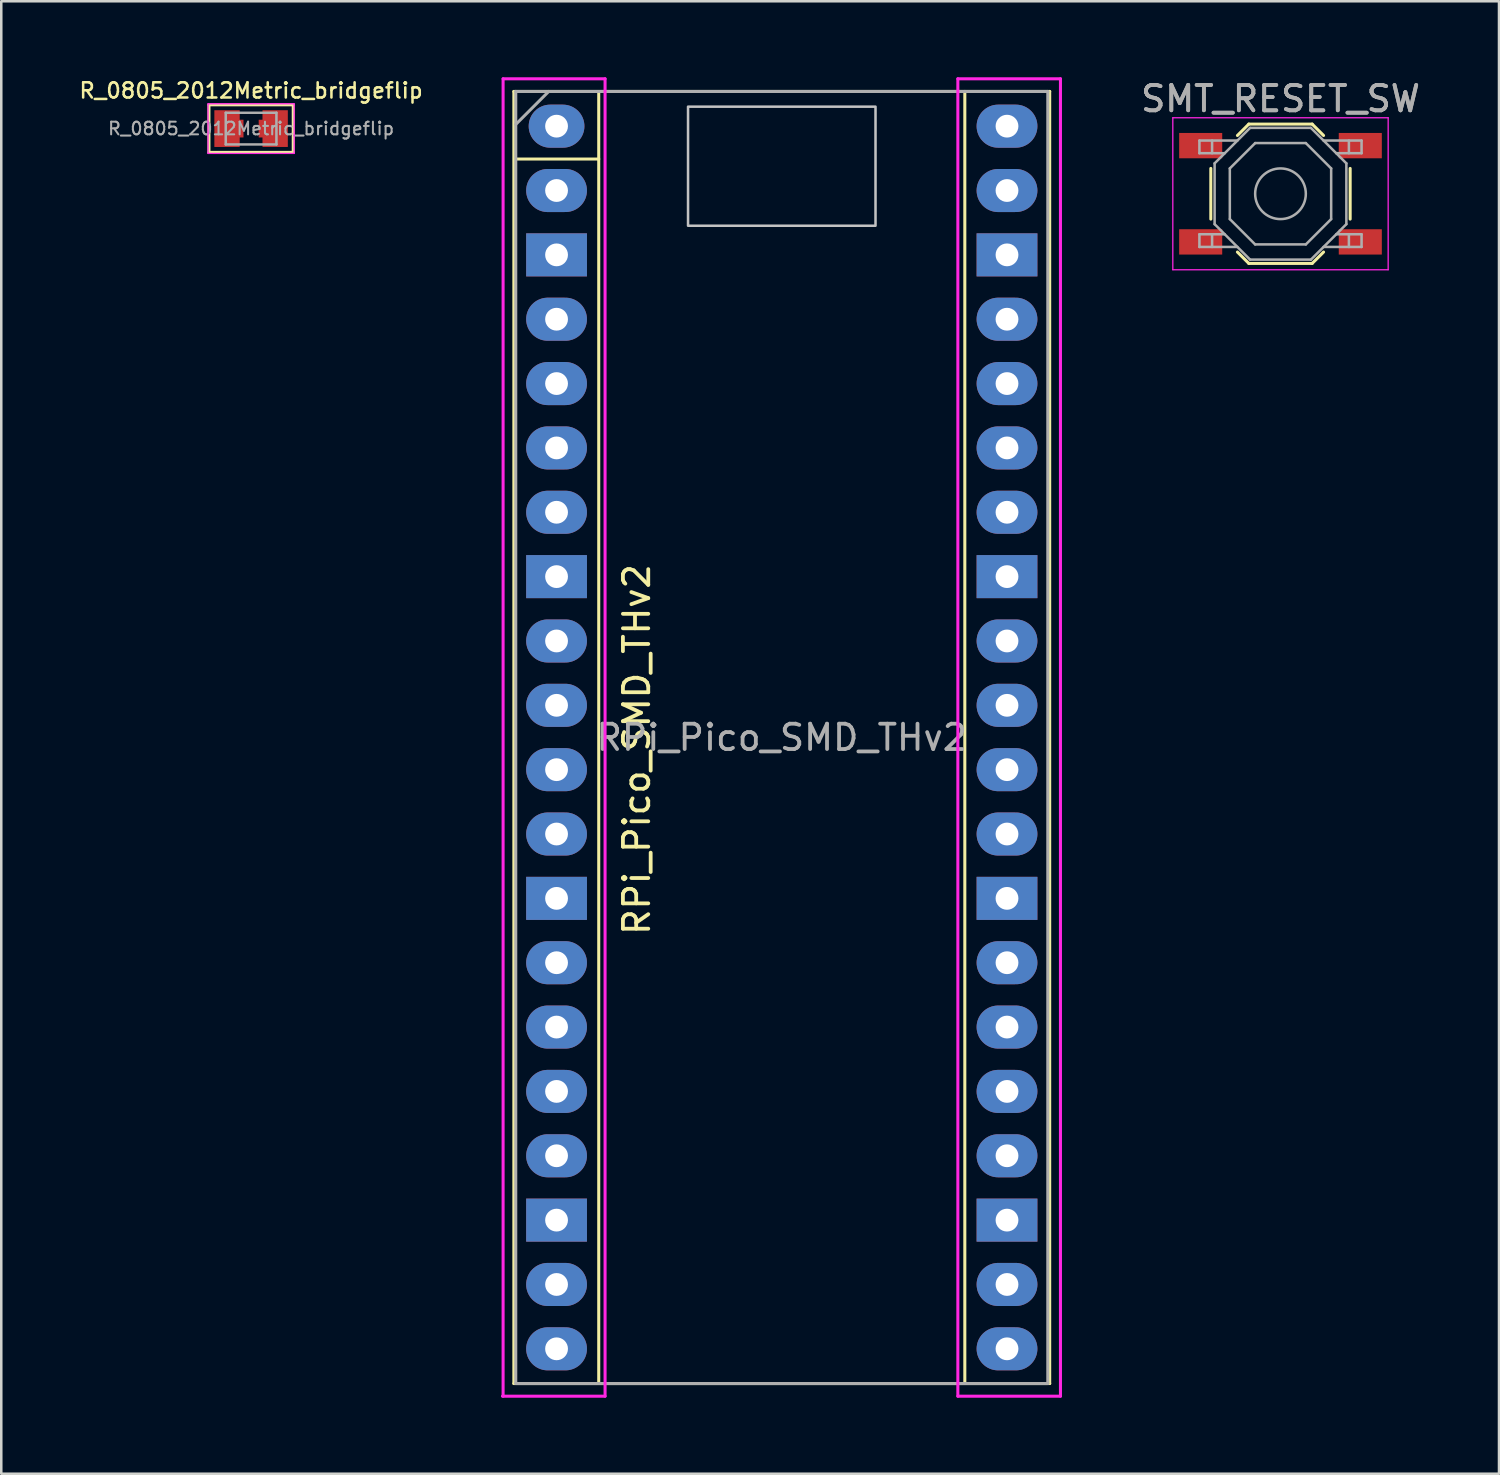
<source format=kicad_pcb>
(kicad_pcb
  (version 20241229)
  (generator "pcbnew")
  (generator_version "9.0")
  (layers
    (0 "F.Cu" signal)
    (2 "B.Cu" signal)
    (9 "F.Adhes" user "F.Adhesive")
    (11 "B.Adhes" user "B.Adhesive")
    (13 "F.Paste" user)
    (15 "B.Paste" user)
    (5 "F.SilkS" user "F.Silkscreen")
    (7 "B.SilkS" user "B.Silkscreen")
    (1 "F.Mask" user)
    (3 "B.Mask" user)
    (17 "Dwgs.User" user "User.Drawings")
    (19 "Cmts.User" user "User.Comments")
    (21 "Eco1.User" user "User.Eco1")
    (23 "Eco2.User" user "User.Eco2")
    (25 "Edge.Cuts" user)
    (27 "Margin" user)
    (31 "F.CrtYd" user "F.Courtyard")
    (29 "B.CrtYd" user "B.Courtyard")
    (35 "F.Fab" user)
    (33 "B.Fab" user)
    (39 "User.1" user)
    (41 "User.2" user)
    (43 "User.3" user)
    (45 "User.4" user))
  (footprint "RPi_Pico_SMD_THv2"
    (layer "F.Cu")
    (at 27.808 26.06)
    (property "Reference" "RPi_Pico_SMD_THv2" (at -5.725 0.475 90) (layer "F.SilkS") (effects (font (size 1 1) (thickness 0.15))))
    (attr through_hole)
    (fp_line (start -10.575 -25.5) (end -10.575 25.5) (stroke (width 0.12) (type solid)) (layer "F.SilkS"))
    (fp_line (start -10.5 -25.5) (end -10.575 -25.5) (stroke (width 0.12) (type solid)) (layer "F.SilkS"))
    (fp_line (start -10.5 -25.5) (end 10.575 -25.5) (stroke (width 0.12) (type solid)) (layer "F.SilkS"))
    (fp_line (start -10.5 -22.833) (end -7.225 -22.833) (stroke (width 0.12) (type solid)) (layer "F.SilkS"))
    (fp_line (start -7.225 25.475) (end -7.225 -25.475) (stroke (width 0.12) (type solid)) (layer "F.SilkS"))
    (fp_line (start 3.7 25.5) (end -10.575 25.5) (stroke (width 0.12) (type solid)) (layer "F.SilkS"))
    (fp_line (start 7.225 -25.5) (end 7.225 25.5) (stroke (width 0.12) (type solid)) (layer "F.SilkS"))
    (fp_line (start 10.575 25.5) (end 3.7 25.5) (stroke (width 0.12) (type solid)) (layer "F.SilkS"))
    (fp_line (start 10.575 25.5) (end 10.575 -25.5) (stroke (width 0.12) (type solid)) (layer "F.SilkS"))
    (fp_poly (pts (xy 3.7 -20.2) (xy -3.7 -20.2) (xy -3.7 -24.9) (xy 3.7 -24.9)) (stroke (width 0.1) (type solid)) (fill no) (layer "Dwgs.User"))
    (fp_line (start -11.025 26) (end -6.975 26) (stroke (width 0.12) (type solid)) (layer "F.CrtYd"))
    (fp_line (start -11 -26) (end -6.975 -26) (stroke (width 0.12) (type solid)) (layer "F.CrtYd"))
    (fp_line (start -11 26) (end -11 -26) (stroke (width 0.12) (type solid)) (layer "F.CrtYd"))
    (fp_line (start -6.975 -26) (end -6.975 26) (stroke (width 0.12) (type solid)) (layer "F.CrtYd"))
    (fp_line (start 6.95 -26) (end 6.95 26) (stroke (width 0.12) (type solid)) (layer "F.CrtYd"))
    (fp_line (start 6.95 -26) (end 11 -26) (stroke (width 0.12) (type solid)) (layer "F.CrtYd"))
    (fp_line (start 6.95 26) (end 11 26) (stroke (width 0.12) (type solid)) (layer "F.CrtYd"))
    (fp_line (start 11 -26) (end 11 26) (stroke (width 0.12) (type solid)) (layer "F.CrtYd"))
    (fp_line (start -10.5 -25.5) (end 10.5 -25.5) (stroke (width 0.12) (type solid)) (layer "F.Fab"))
    (fp_line (start -10.5 -24.2) (end -9.2 -25.5) (stroke (width 0.12) (type solid)) (layer "F.Fab"))
    (fp_line (start -10.5 25.5) (end -10.5 -25.5) (stroke (width 0.12) (type solid)) (layer "F.Fab"))
    (fp_line (start 10.5 -25.5) (end 10.5 25.5) (stroke (width 0.12) (type solid)) (layer "F.Fab"))
    (fp_line (start 10.5 25.5) (end -10.5 25.5) (stroke (width 0.12) (type solid)) (layer "F.Fab"))
    (fp_text user "${REFERENCE}" (at 0 0 180) (layer "F.Fab") (effects (font (size 1 1) (thickness 0.15))))
    (pad "1" thru_hole oval (at -8.89 -24.13) (size 2.2 1.7) (drill 0.9) (layers "*.Cu" "*.Mask"))
    (pad "2" thru_hole oval (at -8.89 -21.59) (size 2.4 1.7) (drill 0.9) (layers "*.Cu" "*.Mask"))
    (pad "3" thru_hole rect (at -8.89 -19.05) (size 2.4 1.7) (drill 0.9) (layers "*.Cu" "*.Mask"))
    (pad "4" thru_hole oval (at -8.89 -16.51) (size 2.4 1.7) (drill 0.9) (layers "*.Cu" "*.Mask"))
    (pad "5" thru_hole oval (at -8.89 -13.97) (size 2.4 1.7) (drill 0.9) (layers "*.Cu" "*.Mask"))
    (pad "6" thru_hole oval (at -8.89 -11.43) (size 2.4 1.7) (drill 0.9) (layers "*.Cu" "*.Mask"))
    (pad "7" thru_hole oval (at -8.89 -8.89) (size 2.4 1.7) (drill 0.9) (layers "*.Cu" "*.Mask"))
    (pad "8" thru_hole rect (at -8.89 -6.35) (size 2.4 1.7) (drill 0.9) (layers "*.Cu" "*.Mask"))
    (pad "9" thru_hole oval (at -8.89 -3.81) (size 2.4 1.7) (drill 0.9) (layers "*.Cu" "*.Mask"))
    (pad "10" thru_hole oval (at -8.89 -1.27) (size 2.4 1.7) (drill 0.9) (layers "*.Cu" "*.Mask"))
    (pad "11" thru_hole oval (at -8.89 1.27) (size 2.4 1.7) (drill 0.9) (layers "*.Cu" "*.Mask"))
    (pad "12" thru_hole oval (at -8.89 3.81) (size 2.4 1.7) (drill 0.9) (layers "*.Cu" "*.Mask"))
    (pad "13" thru_hole rect (at -8.89 6.35) (size 2.4 1.7) (drill 0.9) (layers "*.Cu" "*.Mask"))
    (pad "14" thru_hole oval (at -8.89 8.89) (size 2.4 1.7) (drill 0.9) (layers "*.Cu" "*.Mask"))
    (pad "15" thru_hole oval (at -8.89 11.43) (size 2.4 1.7) (drill 0.9) (layers "*.Cu" "*.Mask"))
    (pad "16" thru_hole oval (at -8.89 13.97) (size 2.4 1.7) (drill 0.9) (layers "*.Cu" "*.Mask"))
    (pad "17" thru_hole oval (at -8.89 16.51) (size 2.4 1.7) (drill 0.9) (layers "*.Cu" "*.Mask"))
    (pad "18" thru_hole rect (at -8.89 19.05) (size 2.4 1.7) (drill 0.9) (layers "*.Cu" "*.Mask"))
    (pad "19" thru_hole oval (at -8.89 21.59) (size 2.4 1.7) (drill 0.9) (layers "*.Cu" "*.Mask"))
    (pad "20" thru_hole oval (at -8.89 24.13) (size 2.4 1.7) (drill 0.9) (layers "*.Cu" "*.Mask"))
    (pad "21" thru_hole oval (at 8.89 24.13) (size 2.4 1.7) (drill 0.9) (layers "*.Cu" "*.Mask"))
    (pad "22" thru_hole oval (at 8.89 21.59) (size 2.4 1.7) (drill 0.9) (layers "*.Cu" "*.Mask"))
    (pad "23" thru_hole rect (at 8.89 19.05) (size 2.4 1.7) (drill 0.9) (layers "*.Cu" "*.Mask"))
    (pad "24" thru_hole oval (at 8.89 16.51) (size 2.4 1.7) (drill 0.9) (layers "*.Cu" "*.Mask"))
    (pad "25" thru_hole oval (at 8.89 13.97) (size 2.4 1.7) (drill 0.9) (layers "*.Cu" "*.Mask"))
    (pad "26" thru_hole oval (at 8.89 11.43) (size 2.4 1.7) (drill 0.9) (layers "*.Cu" "*.Mask"))
    (pad "27" thru_hole oval (at 8.89 8.89) (size 2.4 1.7) (drill 0.9) (layers "*.Cu" "*.Mask"))
    (pad "28" thru_hole rect (at 8.89 6.35) (size 2.4 1.7) (drill 0.9) (layers "*.Cu" "*.Mask"))
    (pad "29" thru_hole oval (at 8.89 3.81) (size 2.4 1.7) (drill 0.9) (layers "*.Cu" "*.Mask"))
    (pad "30" thru_hole oval (at 8.89 1.27) (size 2.4 1.7) (drill 0.9) (layers "*.Cu" "*.Mask"))
    (pad "31" thru_hole oval (at 8.89 -1.27) (size 2.4 1.7) (drill 0.9) (layers "*.Cu" "*.Mask"))
    (pad "32" thru_hole oval (at 8.89 -3.81) (size 2.4 1.7) (drill 0.9) (layers "*.Cu" "*.Mask"))
    (pad "33" thru_hole rect (at 8.89 -6.35) (size 2.4 1.7) (drill 0.9) (layers "*.Cu" "*.Mask"))
    (pad "34" thru_hole oval (at 8.89 -8.89) (size 2.4 1.7) (drill 0.9) (layers "*.Cu" "*.Mask"))
    (pad "35" thru_hole oval (at 8.89 -11.43) (size 2.4 1.7) (drill 0.9) (layers "*.Cu" "*.Mask"))
    (pad "36" thru_hole oval (at 8.89 -13.97) (size 2.4 1.7) (drill 0.9) (layers "*.Cu" "*.Mask"))
    (pad "37" thru_hole oval (at 8.89 -16.51) (size 2.4 1.7) (drill 0.9) (layers "*.Cu" "*.Mask"))
    (pad "38" thru_hole rect (at 8.89 -19.05) (size 2.4 1.7) (drill 0.9) (layers "*.Cu" "*.Mask"))
    (pad "39" thru_hole oval (at 8.89 -21.59 180) (size 2.4 1.7) (drill 0.9) (layers "*.Cu" "*.Mask"))
    (pad "40" thru_hole oval (at 8.89 -24.13) (size 2.4 1.7) (drill 0.9) (layers "*.Cu" "*.Mask")))
  (footprint "R_0805_2012Metric_bridgeflip"
    (layer "F.Cu")
    (at 6.861 2.026)
    (property "Reference" "R_0805_2012Metric_bridgeflip" (at 0 -1.5 0) (unlocked yes) (layer "F.SilkS") (effects (font (size 0.6 0.6) (thickness 0.1))))
    (attr smd)
    (fp_line (start -1.664 -0.94) (end 1.664 -0.94) (stroke (width 0.12) (type solid)) (layer "F.SilkS"))
    (fp_line (start -1.664 0.94) (end -1.664 -0.94) (stroke (width 0.12) (type solid)) (layer "F.SilkS"))
    (fp_line (start 1.664 -0.94) (end 1.664 0.94) (stroke (width 0.12) (type solid)) (layer "F.SilkS"))
    (fp_line (start 1.664 0.94) (end -1.664 0.94) (stroke (width 0.12) (type solid)) (layer "F.SilkS"))
    (fp_line (start -1.7 -0.98) (end 1.7 -0.98) (stroke (width 0.05) (type solid)) (layer "F.CrtYd"))
    (fp_line (start -1.7 0.98) (end -1.7 -0.98) (stroke (width 0.05) (type solid)) (layer "F.CrtYd"))
    (fp_line (start 1.7 -0.98) (end 1.7 0.98) (stroke (width 0.05) (type solid)) (layer "F.CrtYd"))
    (fp_line (start 1.7 0.98) (end -1.7 0.98) (stroke (width 0.05) (type solid)) (layer "F.CrtYd"))
    (fp_line (start -1 -0.625) (end 1 -0.625) (stroke (width 0.1) (type solid)) (layer "F.Fab"))
    (fp_line (start -1 0.625) (end -1 -0.625) (stroke (width 0.1) (type solid)) (layer "F.Fab"))
    (fp_line (start 1 -0.625) (end 1 0.625) (stroke (width 0.1) (type solid)) (layer "F.Fab"))
    (fp_line (start 1 0.625) (end -1 0.625) (stroke (width 0.1) (type solid)) (layer "F.Fab"))
    (fp_text user "${REFERENCE}" (at 0 0 0) (layer "F.Fab") (effects (font (size 0.5 0.5) (thickness 0.08))))
    (pad "1" smd rect (at -0.95 0) (size 1 1.45) (layers "F.Cu" "F.Mask" "F.Paste"))
    (pad "1" smd rect (at -0.8 0 180) (size 1 0.7) (layers "F.Cu" "F.Mask" "F.Paste"))
    (pad "2" smd rect (at 0.8 0) (size 1 0.7) (layers "F.Cu" "F.Mask" "F.Paste"))
    (pad "2" smd rect (at 0.95 0) (size 1 1.45) (layers "F.Cu" "F.Mask" "F.Paste")))
  (footprint "SMT_RESET_SW"
    (layer "F.Cu")
    (at 47.493 4.598)
    (property "Reference" "SMT_RESET_SW" (at 0 -3.75 0) (layer "F.Fab") (effects (font (size 1 1) (thickness 0.15))))
    (attr smd)
    (fp_line (start -2.75 -1) (end -2.75 1) (stroke (width 0.12) (type solid)) (layer "F.SilkS"))
    (fp_line (start -1.7 -2.3) (end -1.25 -2.75) (stroke (width 0.12) (type solid)) (layer "F.SilkS"))
    (fp_line (start -1.7 2.3) (end -1.25 2.75) (stroke (width 0.12) (type solid)) (layer "F.SilkS"))
    (fp_line (start -1.25 -2.75) (end 1.25 -2.75) (stroke (width 0.12) (type solid)) (layer "F.SilkS"))
    (fp_line (start -1.25 2.75) (end 1.25 2.75) (stroke (width 0.12) (type solid)) (layer "F.SilkS"))
    (fp_line (start 1.7 -2.3) (end 1.25 -2.75) (stroke (width 0.12) (type solid)) (layer "F.SilkS"))
    (fp_line (start 1.7 2.3) (end 1.25 2.75) (stroke (width 0.12) (type solid)) (layer "F.SilkS"))
    (fp_line (start 2.75 -1) (end 2.75 1) (stroke (width 0.12) (type solid)) (layer "F.SilkS"))
    (fp_line (start -4.25 -3) (end 4.25 -3) (stroke (width 0.05) (type solid)) (layer "F.CrtYd"))
    (fp_line (start -4.25 3) (end -4.25 -3) (stroke (width 0.05) (type solid)) (layer "F.CrtYd"))
    (fp_line (start 4.25 -3) (end 4.25 3) (stroke (width 0.05) (type solid)) (layer "F.CrtYd"))
    (fp_line (start 4.25 3) (end -4.25 3) (stroke (width 0.05) (type solid)) (layer "F.CrtYd"))
    (fp_line (start -3.2 -2.1) (end -3.2 -1.6) (stroke (width 0.1) (type solid)) (layer "F.Fab"))
    (fp_line (start -3.2 -1.6) (end -2.2 -1.6) (stroke (width 0.1) (type solid)) (layer "F.Fab"))
    (fp_line (start -3.2 1.6) (end -2.2 1.6) (stroke (width 0.1) (type solid)) (layer "F.Fab"))
    (fp_line (start -3.2 2.1) (end -3.2 1.6) (stroke (width 0.1) (type solid)) (layer "F.Fab"))
    (fp_line (start -2.7 -2.1) (end -2.7 -1.6) (stroke (width 0.1) (type solid)) (layer "F.Fab"))
    (fp_line (start -2.7 2.1) (end -2.7 1.6) (stroke (width 0.1) (type solid)) (layer "F.Fab"))
    (fp_line (start -2.6 -1.2) (end -2.6 1.2) (stroke (width 0.1) (type solid)) (layer "F.Fab"))
    (fp_line (start -2.6 1.2) (end -1.2 2.6) (stroke (width 0.1) (type solid)) (layer "F.Fab"))
    (fp_line (start -2 -1) (end -1 -2) (stroke (width 0.1) (type solid)) (layer "F.Fab"))
    (fp_line (start -2 1) (end -2 -1) (stroke (width 0.1) (type solid)) (layer "F.Fab"))
    (fp_line (start -1.7 -2.1) (end -3.2 -2.1) (stroke (width 0.1) (type solid)) (layer "F.Fab"))
    (fp_line (start -1.7 2.1) (end -3.2 2.1) (stroke (width 0.1) (type solid)) (layer "F.Fab"))
    (fp_line (start -1.2 -2.6) (end -2.6 -1.2) (stroke (width 0.1) (type solid)) (layer "F.Fab"))
    (fp_line (start -1.2 2.6) (end 1.2 2.6) (stroke (width 0.1) (type solid)) (layer "F.Fab"))
    (fp_line (start -1 -2) (end 1 -2) (stroke (width 0.1) (type solid)) (layer "F.Fab"))
    (fp_line (start -1 2) (end -2 1) (stroke (width 0.1) (type solid)) (layer "F.Fab"))
    (fp_line (start 1 -2) (end 2 -1) (stroke (width 0.1) (type solid)) (layer "F.Fab"))
    (fp_line (start 1 2) (end -1 2) (stroke (width 0.1) (type solid)) (layer "F.Fab"))
    (fp_line (start 1.2 -2.6) (end -1.2 -2.6) (stroke (width 0.1) (type solid)) (layer "F.Fab"))
    (fp_line (start 1.2 2.6) (end 2.6 1.2) (stroke (width 0.1) (type solid)) (layer "F.Fab"))
    (fp_line (start 1.7 -2.1) (end 3.2 -2.1) (stroke (width 0.1) (type solid)) (layer "F.Fab"))
    (fp_line (start 1.7 2.1) (end 3.2 2.1) (stroke (width 0.1) (type solid)) (layer "F.Fab"))
    (fp_line (start 2 -1) (end 2 1) (stroke (width 0.1) (type solid)) (layer "F.Fab"))
    (fp_line (start 2 1) (end 1 2) (stroke (width 0.1) (type solid)) (layer "F.Fab"))
    (fp_line (start 2.6 -1.2) (end 1.2 -2.6) (stroke (width 0.1) (type solid)) (layer "F.Fab"))
    (fp_line (start 2.6 1.2) (end 2.6 -1.2) (stroke (width 0.1) (type solid)) (layer "F.Fab"))
    (fp_line (start 2.7 -2.1) (end 2.7 -1.6) (stroke (width 0.1) (type solid)) (layer "F.Fab"))
    (fp_line (start 2.7 2.1) (end 2.7 1.6) (stroke (width 0.1) (type solid)) (layer "F.Fab"))
    (fp_line (start 3.2 -2.1) (end 3.2 -1.6) (stroke (width 0.1) (type solid)) (layer "F.Fab"))
    (fp_line (start 3.2 -1.6) (end 2.2 -1.6) (stroke (width 0.1) (type solid)) (layer "F.Fab"))
    (fp_line (start 3.2 1.6) (end 2.2 1.6) (stroke (width 0.1) (type solid)) (layer "F.Fab"))
    (fp_line (start 3.2 2.1) (end 3.2 1.6) (stroke (width 0.1) (type solid)) (layer "F.Fab"))
    (fp_circle (center 0 0) (end 1 0) (stroke (width 0.1) (type solid)) (fill no) (layer "F.Fab"))
    (fp_text user "${REFERENCE}" (at 0 -3.75 0) (layer "F.Fab") (effects (font (size 1 1) (thickness 0.15))))
    (pad "1" smd rect (at -3.15 1.9) (size 1.7 1) (layers "F.Cu" "F.Mask" "F.Paste"))
    (pad "2" smd rect (at 3.15 1.9) (size 1.7 1) (layers "F.Cu" "F.Mask" "F.Paste"))
    (pad "3" smd rect (at -3.15 -1.9) (size 1.7 1) (layers "F.Cu" "F.Mask" "F.Paste"))
    (pad "4" smd rect (at 3.15 -1.9) (size 1.7 1) (layers "F.Cu" "F.Mask" "F.Paste")))
  (gr_rect
    (start -3 -3)
    (end 56.118 55.12)
    (stroke (width 0.1) (type default))
    (fill no)
    (layer "Edge.Cuts")))
</source>
